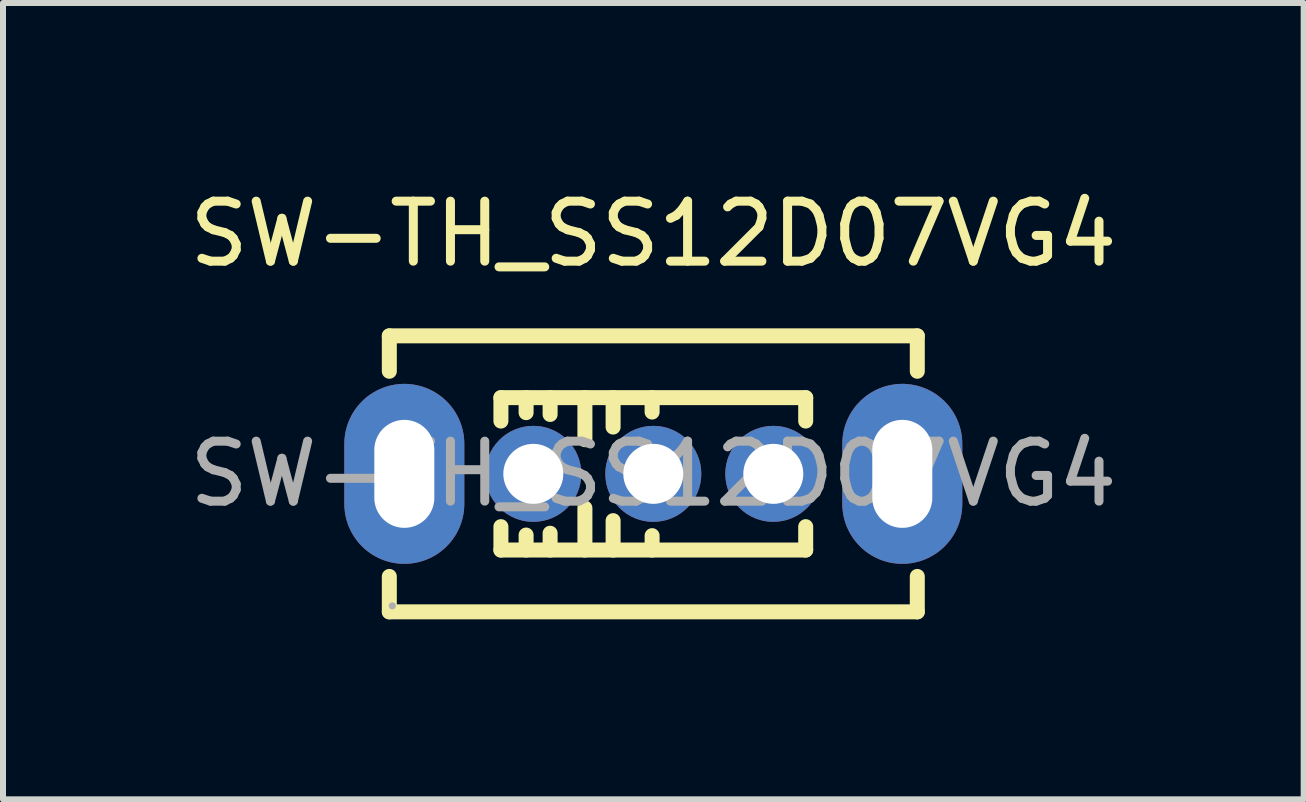
<source format=kicad_pcb>
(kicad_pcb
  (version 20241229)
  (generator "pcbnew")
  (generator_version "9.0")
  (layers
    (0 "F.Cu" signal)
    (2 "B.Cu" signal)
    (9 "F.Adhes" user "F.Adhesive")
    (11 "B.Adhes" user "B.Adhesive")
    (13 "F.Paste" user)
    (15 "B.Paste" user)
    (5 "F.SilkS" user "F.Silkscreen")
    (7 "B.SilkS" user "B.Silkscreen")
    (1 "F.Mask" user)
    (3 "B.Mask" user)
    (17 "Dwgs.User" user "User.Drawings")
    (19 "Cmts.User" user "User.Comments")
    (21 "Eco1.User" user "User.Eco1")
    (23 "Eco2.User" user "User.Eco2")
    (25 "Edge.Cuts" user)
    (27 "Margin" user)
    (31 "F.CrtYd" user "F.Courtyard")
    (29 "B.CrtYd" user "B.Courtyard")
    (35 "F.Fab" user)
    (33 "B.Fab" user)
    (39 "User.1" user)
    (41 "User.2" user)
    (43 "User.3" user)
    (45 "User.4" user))
  (footprint "SW-TH_SS12D07VG4"
    (layer "F.Cu")
    (at 7.839 4.848)
    (property "Reference" "SW-TH_SS12D07VG4" (at 0 -4 0) (layer "F.SilkS") (effects (font (size 1 1) (thickness 0.15))))
    (attr through_hole)
    (fp_line (start -4.4 -2.3) (end -4.4 -1.71) (stroke (width 0.25) (type solid)) (layer "F.SilkS"))
    (fp_line (start -4.4 1.71) (end -4.4 2.3) (stroke (width 0.25) (type solid)) (layer "F.SilkS"))
    (fp_line (start -2.54 -1.27) (end 2.54 -1.27) (stroke (width 0.25) (type solid)) (layer "F.SilkS"))
    (fp_line (start -2.54 -0.88) (end -2.54 -1.27) (stroke (width 0.25) (type solid)) (layer "F.SilkS"))
    (fp_line (start -2.54 1.27) (end -2.54 0.88) (stroke (width 0.25) (type solid)) (layer "F.SilkS"))
    (fp_line (start -2.12 -1.27) (end -2.12 -1.02) (stroke (width 0.25) (type solid)) (layer "F.SilkS"))
    (fp_line (start -2.12 1.02) (end -2.12 1.27) (stroke (width 0.25) (type solid)) (layer "F.SilkS"))
    (fp_line (start -1.72 -1.27) (end -1.72 -0.99) (stroke (width 0.25) (type solid)) (layer "F.SilkS"))
    (fp_line (start -1.72 0.99) (end -1.72 1.27) (stroke (width 0.25) (type solid)) (layer "F.SilkS"))
    (fp_line (start -1.14 -1.27) (end -1.14 -0.57) (stroke (width 0.25) (type solid)) (layer "F.SilkS"))
    (fp_line (start -1.14 0.57) (end -1.14 1.27) (stroke (width 0.25) (type solid)) (layer "F.SilkS"))
    (fp_line (start -0.67 -1.27) (end -0.67 -0.78) (stroke (width 0.25) (type solid)) (layer "F.SilkS"))
    (fp_line (start -0.67 0.78) (end -0.67 1.27) (stroke (width 0.25) (type solid)) (layer "F.SilkS"))
    (fp_line (start -0.02 -1.27) (end -0.02 -1.03) (stroke (width 0.25) (type solid)) (layer "F.SilkS"))
    (fp_line (start -0.02 1.03) (end -0.02 1.27) (stroke (width 0.25) (type solid)) (layer "F.SilkS"))
    (fp_line (start 2.54 -1.27) (end 2.54 -0.88) (stroke (width 0.25) (type solid)) (layer "F.SilkS"))
    (fp_line (start 2.54 0.88) (end 2.54 1.27) (stroke (width 0.25) (type solid)) (layer "F.SilkS"))
    (fp_line (start 2.54 1.27) (end -2.54 1.27) (stroke (width 0.25) (type solid)) (layer "F.SilkS"))
    (fp_line (start 4.4 -2.3) (end -4.4 -2.3) (stroke (width 0.25) (type solid)) (layer "F.SilkS"))
    (fp_line (start 4.4 -2.3) (end 4.4 -1.71) (stroke (width 0.25) (type solid)) (layer "F.SilkS"))
    (fp_line (start 4.4 1.71) (end 4.4 2.3) (stroke (width 0.25) (type solid)) (layer "F.SilkS"))
    (fp_line (start 4.4 2.3) (end -4.4 2.3) (stroke (width 0.25) (type solid)) (layer "F.SilkS"))
    (fp_circle (center -4.35 2.2) (end -4.32 2.2) (stroke (width 0.06) (type solid)) (fill no) (layer "F.Fab"))
    (fp_text user "${REFERENCE}" (at 0 0 0) (layer "F.Fab") (effects (font (size 1 1) (thickness 0.15))))
    (pad "1" thru_hole oval (at -2 0 180) (size 1.6 1.6) (drill 1) (layers "*.Cu" "*.Mask"))
    (pad "2" thru_hole oval (at 0 0 180) (size 1.6 1.6) (drill 1) (layers "*.Cu" "*.Mask"))
    (pad "3" thru_hole oval (at 2 0 180) (size 1.6 1.6) (drill 1) (layers "*.Cu" "*.Mask"))
    (pad "4" thru_hole oval (at 4.15 0 270) (size 3 2) (drill oval 1.8 1) (layers "*.Cu" "*.Mask"))
    (pad "5" thru_hole oval (at -4.15 0 270) (size 3 2) (drill oval 1.8 1) (layers "*.Cu" "*.Mask")))
  (gr_rect
    (start -3 -3)
    (end 18.679 10.273)
    (stroke (width 0.1) (type default))
    (fill no)
    (layer "Edge.Cuts")))
</source>
